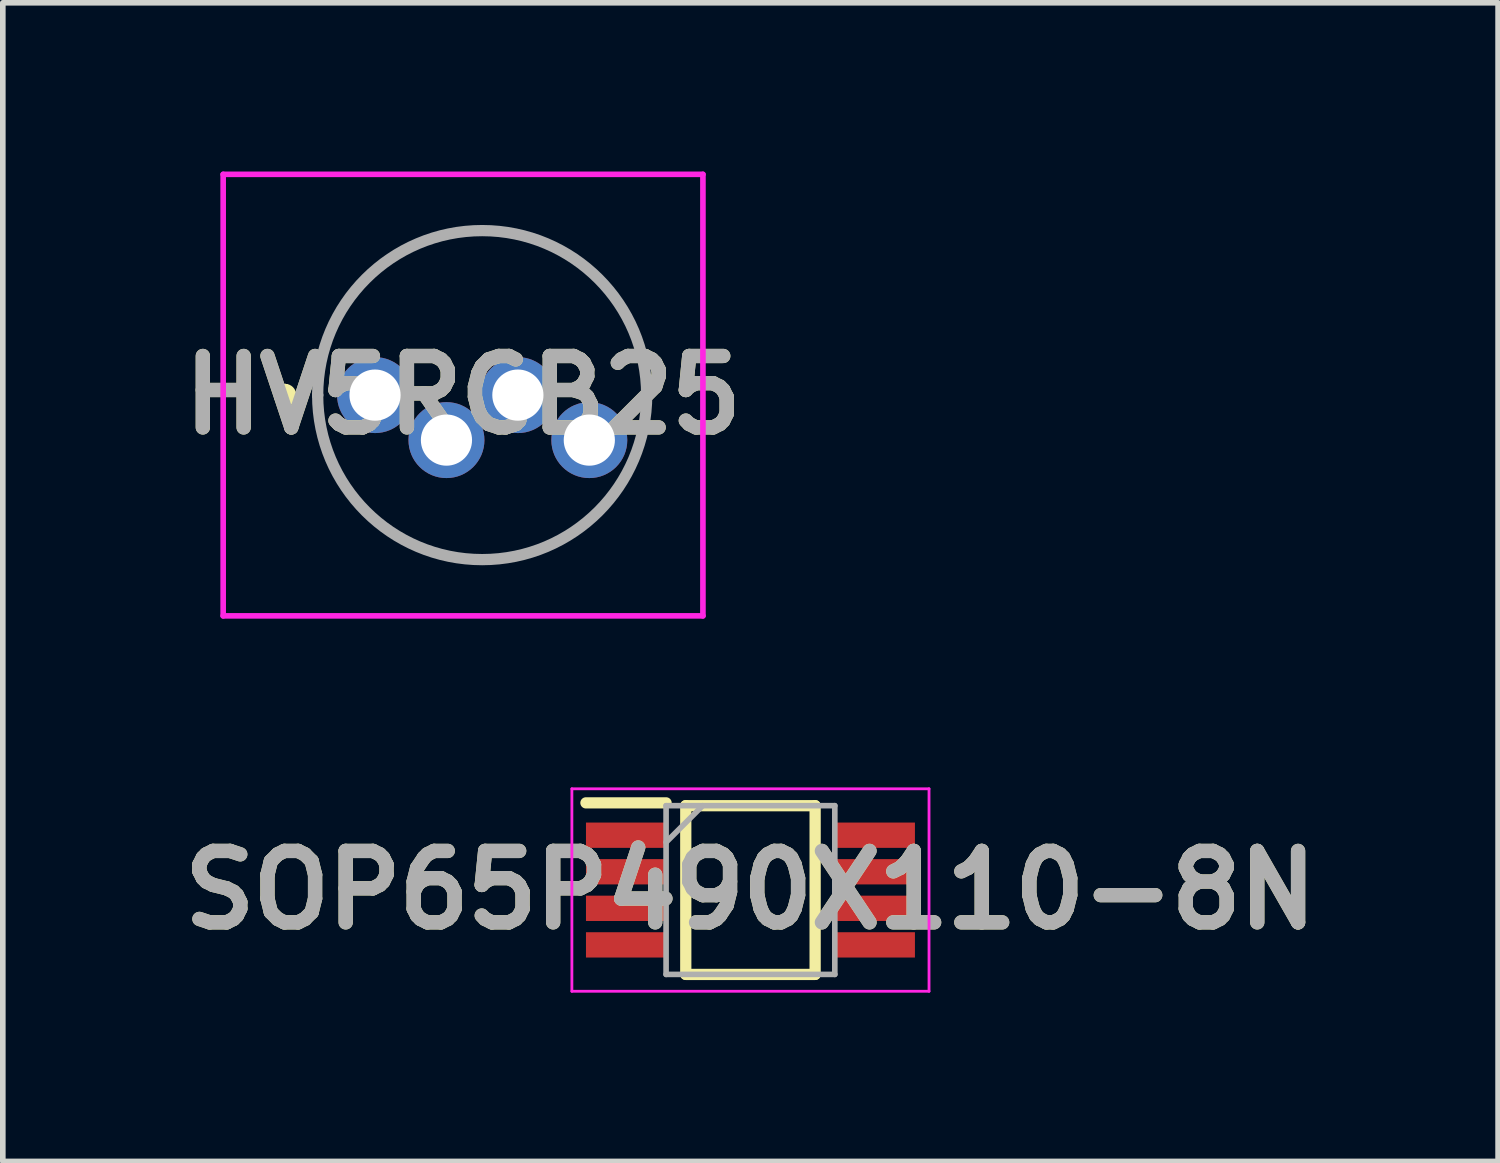
<source format=kicad_pcb>
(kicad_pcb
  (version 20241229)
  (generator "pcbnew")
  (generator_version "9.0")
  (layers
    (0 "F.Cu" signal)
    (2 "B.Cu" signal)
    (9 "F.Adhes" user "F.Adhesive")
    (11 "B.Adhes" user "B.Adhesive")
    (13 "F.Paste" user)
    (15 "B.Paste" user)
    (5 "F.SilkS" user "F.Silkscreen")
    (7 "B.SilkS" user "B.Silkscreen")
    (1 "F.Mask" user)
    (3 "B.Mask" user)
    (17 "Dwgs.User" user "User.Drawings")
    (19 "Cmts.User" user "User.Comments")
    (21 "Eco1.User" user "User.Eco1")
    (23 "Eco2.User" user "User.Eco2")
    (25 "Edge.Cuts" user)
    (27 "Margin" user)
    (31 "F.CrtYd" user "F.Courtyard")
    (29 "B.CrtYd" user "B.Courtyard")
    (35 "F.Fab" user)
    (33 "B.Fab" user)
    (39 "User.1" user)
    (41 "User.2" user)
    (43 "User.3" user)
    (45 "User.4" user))
  (footprint "SOP65P490X110-8N"
    (layer "F.Cu")
    (at 10.293 12.775)
    (property "Reference" "SOP65P490X110-8N" (at 0 0 0) (layer "F.SilkS") (effects (font (size 1.27 1.27) (thickness 0.254))))
    (attr smd)
    (fp_line (start -2.925 -1.55) (end -1.5 -1.55) (stroke (width 0.2) (type solid)) (layer "F.SilkS"))
    (fp_line (start -1.15 -1.5) (end 1.15 -1.5) (stroke (width 0.2) (type solid)) (layer "F.SilkS"))
    (fp_line (start -1.15 1.5) (end -1.15 -1.5) (stroke (width 0.2) (type solid)) (layer "F.SilkS"))
    (fp_line (start 1.15 -1.5) (end 1.15 1.5) (stroke (width 0.2) (type solid)) (layer "F.SilkS"))
    (fp_line (start 1.15 1.5) (end -1.15 1.5) (stroke (width 0.2) (type solid)) (layer "F.SilkS"))
    (fp_line (start -3.175 -1.8) (end 3.175 -1.8) (stroke (width 0.05) (type solid)) (layer "F.CrtYd"))
    (fp_line (start -3.175 1.8) (end -3.175 -1.8) (stroke (width 0.05) (type solid)) (layer "F.CrtYd"))
    (fp_line (start 3.175 -1.8) (end 3.175 1.8) (stroke (width 0.05) (type solid)) (layer "F.CrtYd"))
    (fp_line (start 3.175 1.8) (end -3.175 1.8) (stroke (width 0.05) (type solid)) (layer "F.CrtYd"))
    (fp_line (start -1.5 -1.5) (end 1.5 -1.5) (stroke (width 0.1) (type solid)) (layer "F.Fab"))
    (fp_line (start -1.5 -0.85) (end -0.85 -1.5) (stroke (width 0.1) (type solid)) (layer "F.Fab"))
    (fp_line (start -1.5 1.5) (end -1.5 -1.5) (stroke (width 0.1) (type solid)) (layer "F.Fab"))
    (fp_line (start 1.5 -1.5) (end 1.5 1.5) (stroke (width 0.1) (type solid)) (layer "F.Fab"))
    (fp_line (start 1.5 1.5) (end -1.5 1.5) (stroke (width 0.1) (type solid)) (layer "F.Fab"))
    (fp_text user "${REFERENCE}" (at 0 0 0) (layer "F.Fab") (effects (font (size 1.27 1.27) (thickness 0.254))))
    (pad "1" smd rect (at -2.212 -0.975 90) (size 0.45 1.425) (layers "F.Cu" "F.Mask" "F.Paste"))
    (pad "2" smd rect (at -2.212 -0.325 90) (size 0.45 1.425) (layers "F.Cu" "F.Mask" "F.Paste"))
    (pad "3" smd rect (at -2.212 0.325 90) (size 0.45 1.425) (layers "F.Cu" "F.Mask" "F.Paste"))
    (pad "4" smd rect (at -2.212 0.975 90) (size 0.45 1.425) (layers "F.Cu" "F.Mask" "F.Paste"))
    (pad "5" smd rect (at 2.212 0.975 90) (size 0.45 1.425) (layers "F.Cu" "F.Mask" "F.Paste"))
    (pad "6" smd rect (at 2.212 0.325 90) (size 0.45 1.425) (layers "F.Cu" "F.Mask" "F.Paste"))
    (pad "7" smd rect (at 2.212 -0.325 90) (size 0.45 1.425) (layers "F.Cu" "F.Mask" "F.Paste"))
    (pad "8" smd rect (at 2.212 -0.975 90) (size 0.45 1.425) (layers "F.Cu" "F.Mask" "F.Paste")))
  (footprint "HV5RGB25"
    (layer "F.Cu")
    (at 3.618 3.975)
    (property "Reference" "HV5RGB25" (at 1.565 0 0) (layer "F.SilkS") (effects (font (size 1.27 1.27) (thickness 0.254))))
    (attr through_hole)
    (fp_line (start -1.6 -0.1) (end -1.6 -0.1) (stroke (width 0.2) (type solid)) (layer "F.SilkS"))
    (fp_line (start -1.6 0.1) (end -1.6 0.1) (stroke (width 0.2) (type solid)) (layer "F.SilkS"))
    (fp_line (start -1.02 0) (end -1.02 0) (stroke (width 0.1) (type solid)) (layer "F.SilkS"))
    (fp_line (start 4.83 0) (end 4.83 0) (stroke (width 0.1) (type solid)) (layer "F.SilkS"))
    (fp_arc (start -1.6 -0.1) (mid -1.5 0) (end -1.6 0.1) (stroke (width 0.2) (type solid)) (layer "F.SilkS"))
    (fp_arc (start -1.6 0.1) (mid -1.7 0) (end -1.6 -0.1) (stroke (width 0.2) (type solid)) (layer "F.SilkS"))
    (fp_arc (start -1.02 0) (mid 1.905 -2.925) (end 4.83 0) (stroke (width 0.1) (type solid)) (layer "F.SilkS"))
    (fp_arc (start 4.83 0) (mid 1.905 2.925) (end -1.02 0) (stroke (width 0.1) (type solid)) (layer "F.SilkS"))
    (fp_line (start -2.7 -3.925) (end 5.83 -3.925) (stroke (width 0.1) (type solid)) (layer "F.CrtYd"))
    (fp_line (start -2.7 3.925) (end -2.7 -3.925) (stroke (width 0.1) (type solid)) (layer "F.CrtYd"))
    (fp_line (start 5.83 -3.925) (end 5.83 3.925) (stroke (width 0.1) (type solid)) (layer "F.CrtYd"))
    (fp_line (start 5.83 3.925) (end -2.7 3.925) (stroke (width 0.1) (type solid)) (layer "F.CrtYd"))
    (fp_line (start -1.02 0) (end -1.02 0) (stroke (width 0.2) (type solid)) (layer "F.Fab"))
    (fp_line (start 4.83 0) (end 4.83 0) (stroke (width 0.2) (type solid)) (layer "F.Fab"))
    (fp_arc (start -1.02 0) (mid 1.905 -2.925) (end 4.83 0) (stroke (width 0.2) (type solid)) (layer "F.Fab"))
    (fp_arc (start 4.83 0) (mid 1.905 2.925) (end -1.02 0) (stroke (width 0.2) (type solid)) (layer "F.Fab"))
    (fp_text user "${REFERENCE}" (at 1.565 0 0) (layer "F.Fab") (effects (font (size 1.27 1.27) (thickness 0.254))))
    (pad "1" thru_hole circle (at 0 0) (size 1.35 1.35) (drill 0.91) (layers "*.Cu" "*.Mask"))
    (pad "2" thru_hole circle (at 1.27 0.8) (size 1.35 1.35) (drill 0.91) (layers "*.Cu" "*.Mask"))
    (pad "3" thru_hole circle (at 2.54 0) (size 1.35 1.35) (drill 0.91) (layers "*.Cu" "*.Mask"))
    (pad "4" thru_hole circle (at 3.81 0.8) (size 1.35 1.35) (drill 0.91) (layers "*.Cu" "*.Mask")))
  (gr_rect
    (start -3 -3)
    (end 23.586 17.6)
    (stroke (width 0.1) (type default))
    (fill no)
    (layer "Edge.Cuts")))
</source>
